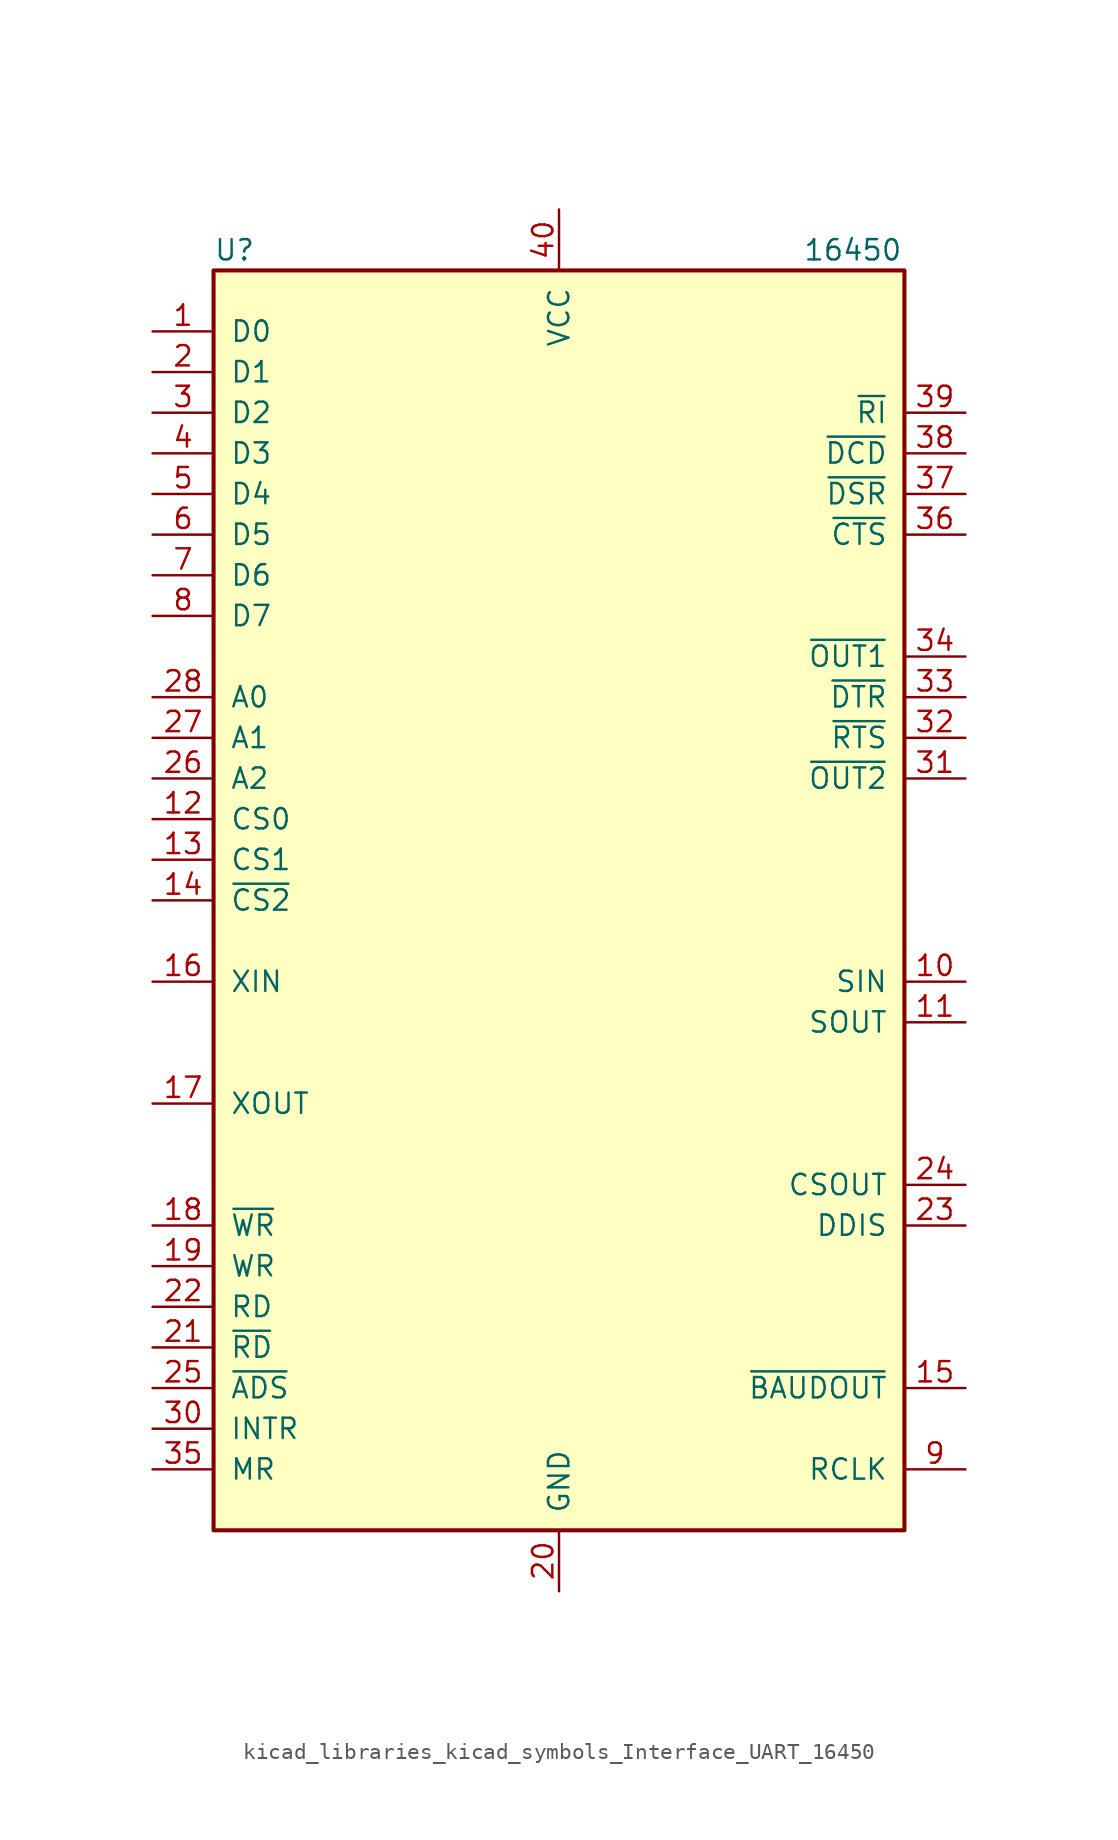
<source format=kicad_sym>
(kicad_symbol_lib
  (version 20220914)
  (generator kicad_symbol_editor)
  (symbol "kicad_libraries_kicad_symbols_Interface_UART_16450"
    (pin_names
      (offset 1.016))
    (property "Reference" "U"
      (at -21.59 40.64 0)
      (effects (font (size 1.27 1.27)) (justify left)))
    (property "Value" "16450"
      (at 15.24 40.64 0)
      (effects (font (size 1.27 1.27)) (justify left)))
    (symbol "kicad_libraries_kicad_symbols_Interface_UART_16450_0_1"
      (rectangle (start -21.59 -39.37) (end 21.59 39.37) (stroke (width 0.254) (type default)) (fill (type background))))
    (symbol "kicad_libraries_kicad_symbols_Interface_UART_16450_1_1"
      (pin bidirectional line (at -25.4 35.56 0) (length 3.81) (name "D0" (effects (font (size 1.27 1.27)))) (number "1" (effects (font (size 1.27 1.27)))))
      (pin input line (at 25.4 -5.08 180) (length 3.81) (name "SIN" (effects (font (size 1.27 1.27)))) (number "10" (effects (font (size 1.27 1.27)))))
      (pin output line (at 25.4 -7.62 180) (length 3.81) (name "SOUT" (effects (font (size 1.27 1.27)))) (number "11" (effects (font (size 1.27 1.27)))))
      (pin input line (at -25.4 5.08 0) (length 3.81) (name "CS0" (effects (font (size 1.27 1.27)))) (number "12" (effects (font (size 1.27 1.27)))))
      (pin input line (at -25.4 2.54 0) (length 3.81) (name "CS1" (effects (font (size 1.27 1.27)))) (number "13" (effects (font (size 1.27 1.27)))))
      (pin input line (at -25.4 0 0) (length 3.81) (name "~{CS2}" (effects (font (size 1.27 1.27)))) (number "14" (effects (font (size 1.27 1.27)))))
      (pin output line (at 25.4 -30.48 180) (length 3.81) (name "~{BAUDOUT}" (effects (font (size 1.27 1.27)))) (number "15" (effects (font (size 1.27 1.27)))))
      (pin input line (at -25.4 -5.08 0) (length 3.81) (name "XIN" (effects (font (size 1.27 1.27)))) (number "16" (effects (font (size 1.27 1.27)))))
      (pin output line (at -25.4 -12.7 0) (length 3.81) (name "XOUT" (effects (font (size 1.27 1.27)))) (number "17" (effects (font (size 1.27 1.27)))))
      (pin input line (at -25.4 -20.32 0) (length 3.81) (name "~{WR}" (effects (font (size 1.27 1.27)))) (number "18" (effects (font (size 1.27 1.27)))))
      (pin input line (at -25.4 -22.86 0) (length 3.81) (name "WR" (effects (font (size 1.27 1.27)))) (number "19" (effects (font (size 1.27 1.27)))))
      (pin bidirectional line (at -25.4 33.02 0) (length 3.81) (name "D1" (effects (font (size 1.27 1.27)))) (number "2" (effects (font (size 1.27 1.27)))))
      (pin power_in line (at 0 -43.18 90) (length 3.81) (name "GND" (effects (font (size 1.27 1.27)))) (number "20" (effects (font (size 1.27 1.27)))))
      (pin input line (at -25.4 -27.94 0) (length 3.81) (name "~{RD}" (effects (font (size 1.27 1.27)))) (number "21" (effects (font (size 1.27 1.27)))))
      (pin input line (at -25.4 -25.4 0) (length 3.81) (name "RD" (effects (font (size 1.27 1.27)))) (number "22" (effects (font (size 1.27 1.27)))))
      (pin output line (at 25.4 -20.32 180) (length 3.81) (name "DDIS" (effects (font (size 1.27 1.27)))) (number "23" (effects (font (size 1.27 1.27)))))
      (pin output line (at 25.4 -17.78 180) (length 3.81) (name "CSOUT" (effects (font (size 1.27 1.27)))) (number "24" (effects (font (size 1.27 1.27)))))
      (pin input line (at -25.4 -30.48 0) (length 3.81) (name "~{ADS}" (effects (font (size 1.27 1.27)))) (number "25" (effects (font (size 1.27 1.27)))))
      (pin input line (at -25.4 7.62 0) (length 3.81) (name "A2" (effects (font (size 1.27 1.27)))) (number "26" (effects (font (size 1.27 1.27)))))
      (pin input line (at -25.4 10.16 0) (length 3.81) (name "A1" (effects (font (size 1.27 1.27)))) (number "27" (effects (font (size 1.27 1.27)))))
      (pin input line (at -25.4 12.7 0) (length 3.81) (name "A0" (effects (font (size 1.27 1.27)))) (number "28" (effects (font (size 1.27 1.27)))))
      (pin bidirectional line (at -25.4 30.48 0) (length 3.81) (name "D2" (effects (font (size 1.27 1.27)))) (number "3" (effects (font (size 1.27 1.27)))))
      (pin output line (at -25.4 -33.02 0) (length 3.81) (name "INTR" (effects (font (size 1.27 1.27)))) (number "30" (effects (font (size 1.27 1.27)))))
      (pin output line (at 25.4 7.62 180) (length 3.81) (name "~{OUT2}" (effects (font (size 1.27 1.27)))) (number "31" (effects (font (size 1.27 1.27)))))
      (pin output line (at 25.4 10.16 180) (length 3.81) (name "~{RTS}" (effects (font (size 1.27 1.27)))) (number "32" (effects (font (size 1.27 1.27)))))
      (pin output line (at 25.4 12.7 180) (length 3.81) (name "~{DTR}" (effects (font (size 1.27 1.27)))) (number "33" (effects (font (size 1.27 1.27)))))
      (pin output line (at 25.4 15.24 180) (length 3.81) (name "~{OUT1}" (effects (font (size 1.27 1.27)))) (number "34" (effects (font (size 1.27 1.27)))))
      (pin input line (at -25.4 -35.56 0) (length 3.81) (name "MR" (effects (font (size 1.27 1.27)))) (number "35" (effects (font (size 1.27 1.27)))))
      (pin input line (at 25.4 22.86 180) (length 3.81) (name "~{CTS}" (effects (font (size 1.27 1.27)))) (number "36" (effects (font (size 1.27 1.27)))))
      (pin input line (at 25.4 25.4 180) (length 3.81) (name "~{DSR}" (effects (font (size 1.27 1.27)))) (number "37" (effects (font (size 1.27 1.27)))))
      (pin input line (at 25.4 27.94 180) (length 3.81) (name "~{DCD}" (effects (font (size 1.27 1.27)))) (number "38" (effects (font (size 1.27 1.27)))))
      (pin input line (at 25.4 30.48 180) (length 3.81) (name "~{RI}" (effects (font (size 1.27 1.27)))) (number "39" (effects (font (size 1.27 1.27)))))
      (pin bidirectional line (at -25.4 27.94 0) (length 3.81) (name "D3" (effects (font (size 1.27 1.27)))) (number "4" (effects (font (size 1.27 1.27)))))
      (pin power_in line (at 0 43.18 270) (length 3.81) (name "VCC" (effects (font (size 1.27 1.27)))) (number "40" (effects (font (size 1.27 1.27)))))
      (pin bidirectional line (at -25.4 25.4 0) (length 3.81) (name "D4" (effects (font (size 1.27 1.27)))) (number "5" (effects (font (size 1.27 1.27)))))
      (pin bidirectional line (at -25.4 22.86 0) (length 3.81) (name "D5" (effects (font (size 1.27 1.27)))) (number "6" (effects (font (size 1.27 1.27)))))
      (pin bidirectional line (at -25.4 20.32 0) (length 3.81) (name "D6" (effects (font (size 1.27 1.27)))) (number "7" (effects (font (size 1.27 1.27)))))
      (pin bidirectional line (at -25.4 17.78 0) (length 3.81) (name "D7" (effects (font (size 1.27 1.27)))) (number "8" (effects (font (size 1.27 1.27)))))
      (pin input line (at 25.4 -35.56 180) (length 3.81) (name "RCLK" (effects (font (size 1.27 1.27)))) (number "9" (effects (font (size 1.27 1.27))))))))
</source>
